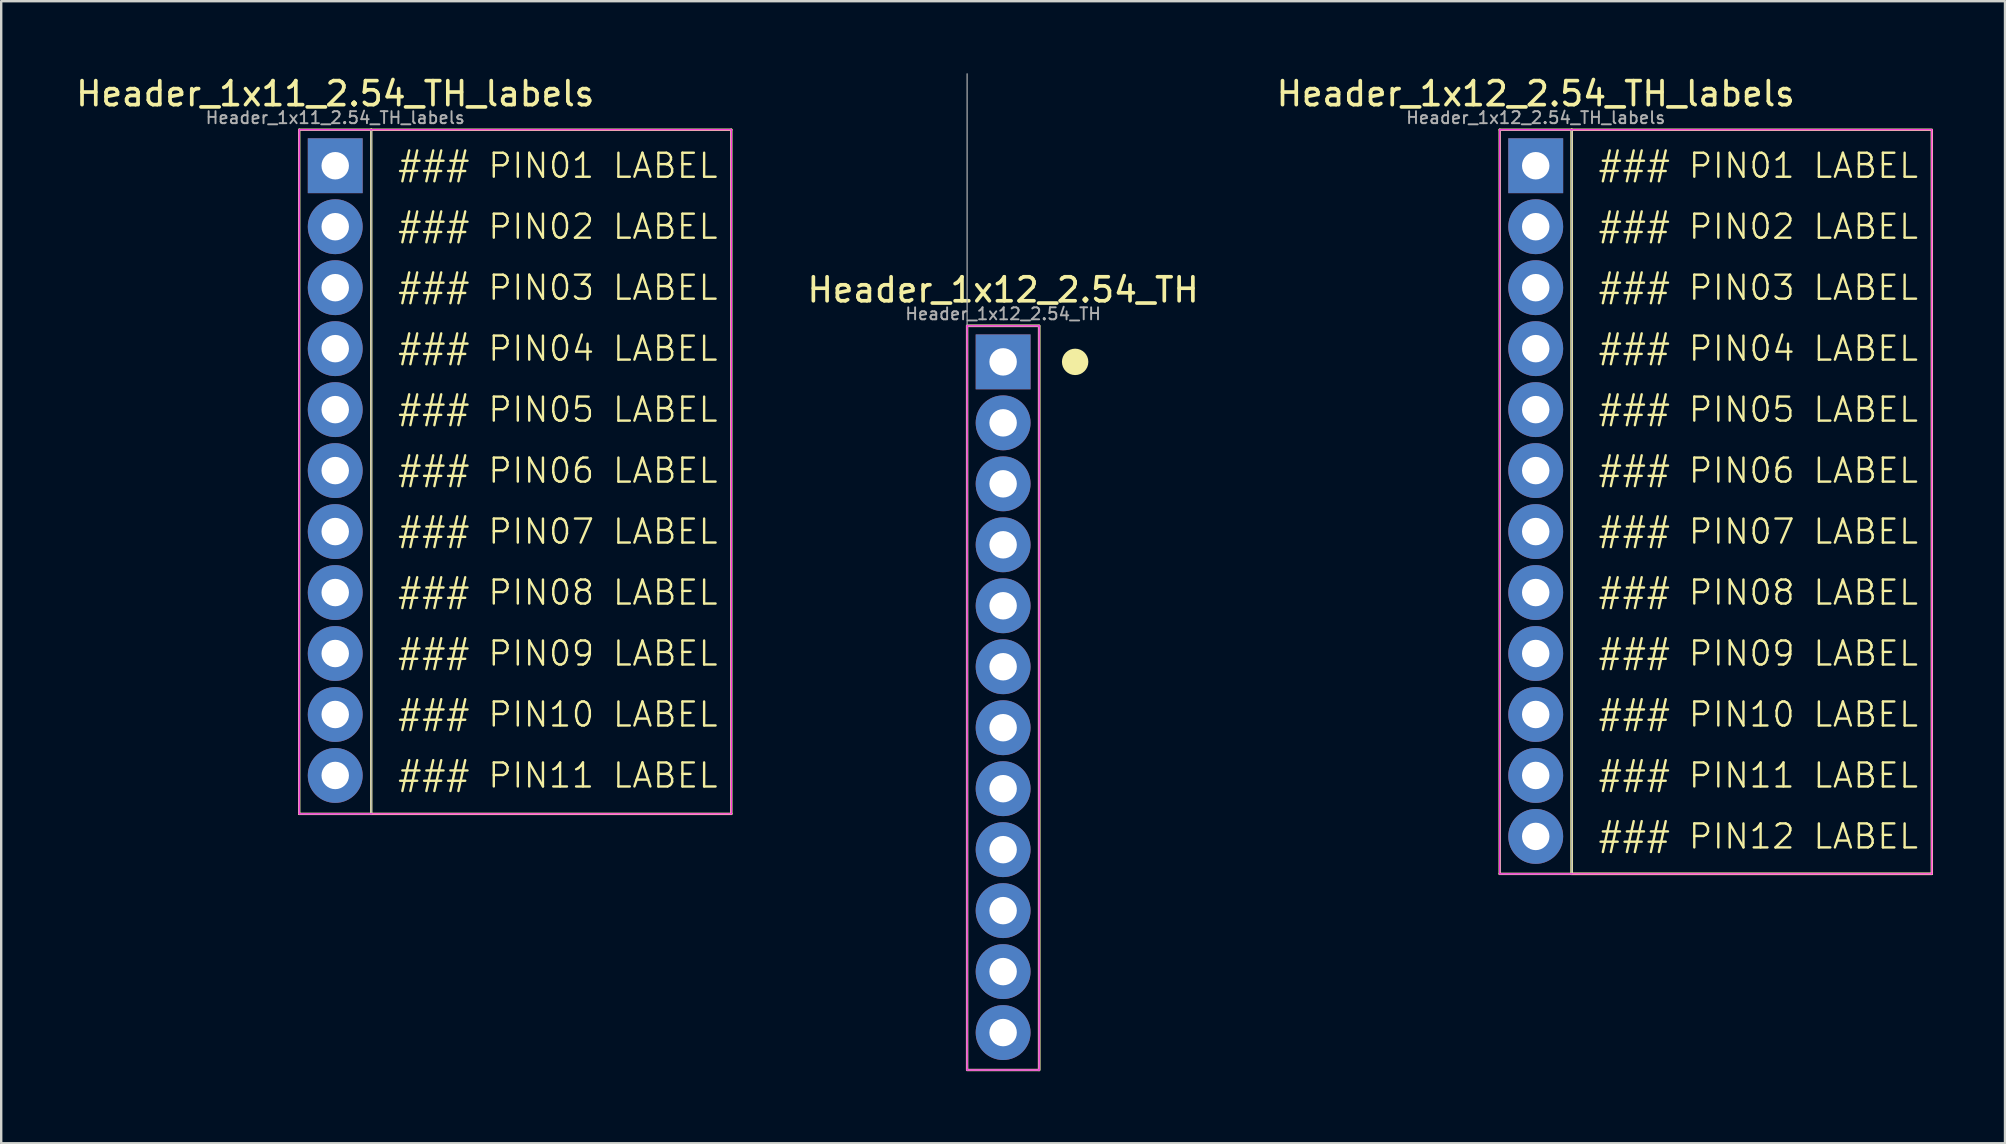
<source format=kicad_pcb>
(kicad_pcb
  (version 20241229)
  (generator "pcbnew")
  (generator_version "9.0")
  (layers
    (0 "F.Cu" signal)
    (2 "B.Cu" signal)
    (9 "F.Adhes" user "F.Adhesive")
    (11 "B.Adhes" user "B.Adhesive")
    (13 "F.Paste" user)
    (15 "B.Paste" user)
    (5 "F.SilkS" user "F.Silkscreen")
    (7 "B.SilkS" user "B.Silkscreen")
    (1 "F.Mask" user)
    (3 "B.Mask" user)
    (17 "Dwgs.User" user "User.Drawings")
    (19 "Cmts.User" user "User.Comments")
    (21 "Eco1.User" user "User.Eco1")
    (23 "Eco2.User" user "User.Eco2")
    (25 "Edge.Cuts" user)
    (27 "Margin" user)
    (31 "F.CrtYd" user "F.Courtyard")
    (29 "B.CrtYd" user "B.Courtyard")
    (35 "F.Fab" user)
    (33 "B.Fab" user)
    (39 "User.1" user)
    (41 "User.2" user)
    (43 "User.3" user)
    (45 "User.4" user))
  (footprint "Header_1x12_2.54_TH_labels"
    (layer "F.Cu")
    (at 60.925 3.854)
    (property "Reference" "Header_1x12_2.54_TH_labels" (at 0 -3 0) (layer "F.SilkS") (effects (font (size 1 1) (thickness 0.153))))
    (attr through_hole)
    (fp_line (start -1.5 -1.5) (end 1.5 -1.5) (stroke (width 0.1) (type default)) (layer "F.SilkS"))
    (fp_line (start -1.5 29.5) (end -1.5 -1.5) (stroke (width 0.1) (type default)) (layer "F.SilkS"))
    (fp_line (start 1.5 -1.5) (end 1.5 29.5) (stroke (width 0.1) (type default)) (layer "F.SilkS"))
    (fp_line (start 16.5 29.5) (end -1.5 29.5) (stroke (width 0.1) (type default)) (layer "F.SilkS"))
    (fp_rect (start 1.5 -1.5) (end 16.5 29.5) (stroke (width 0.1) (type default)) (fill no) (layer "F.SilkS"))
    (fp_line (start -1.5 -1.5) (end 16.5 -1.5) (stroke (width 0.05) (type default)) (layer "F.CrtYd"))
    (fp_line (start -1.5 29.5) (end -1.5 -1.5) (stroke (width 0.05) (type default)) (layer "F.CrtYd"))
    (fp_line (start 16.5 -1.5) (end 16.5 29.5) (stroke (width 0.05) (type default)) (layer "F.CrtYd"))
    (fp_line (start 16.5 29.5) (end -1.5 29.5) (stroke (width 0.05) (type default)) (layer "F.CrtYd"))
    (fp_line (start -1.5 -1.5) (end 1.5 -1.5) (stroke (width 0.05) (type default)) (layer "F.Fab"))
    (fp_line (start -1.5 29.5) (end -1.5 -1.5) (stroke (width 0.05) (type default)) (layer "F.Fab"))
    (fp_line (start 1.5 -1.5) (end 1.5 29.5) (stroke (width 0.05) (type default)) (layer "F.Fab"))
    (fp_line (start 1.5 29.5) (end -1.5 29.5) (stroke (width 0.05) (type default)) (layer "F.Fab"))
    (fp_text user "### PIN08 LABEL" (at 2.54 17.78 0) (unlocked yes) (layer "F.SilkS") (effects (font (size 1 1) (thickness 0.1)) (justify left)))
    (fp_text user "### PIN10 LABEL" (at 2.54 22.86 0) (unlocked yes) (layer "F.SilkS") (effects (font (size 1 1) (thickness 0.1)) (justify left)))
    (fp_text user "### PIN05 LABEL" (at 2.54 10.16 0) (unlocked yes) (layer "F.SilkS") (effects (font (size 1 1) (thickness 0.1)) (justify left)))
    (fp_text user "### PIN11 LABEL" (at 2.54 25.4 0) (unlocked yes) (layer "F.SilkS") (effects (font (size 1 1) (thickness 0.1)) (justify left)))
    (fp_text user "### PIN09 LABEL" (at 2.54 20.32 0) (unlocked yes) (layer "F.SilkS") (effects (font (size 1 1) (thickness 0.1)) (justify left)))
    (fp_text user "### PIN03 LABEL" (at 2.54 5.08 0) (unlocked yes) (layer "F.SilkS") (effects (font (size 1 1) (thickness 0.1)) (justify left)))
    (fp_text user "### PIN04 LABEL" (at 2.54 7.62 0) (unlocked yes) (layer "F.SilkS") (effects (font (size 1 1) (thickness 0.1)) (justify left)))
    (fp_text user "### PIN06 LABEL" (at 2.54 12.7 0) (unlocked yes) (layer "F.SilkS") (effects (font (size 1 1) (thickness 0.1)) (justify left)))
    (fp_text user "### PIN07 LABEL" (at 2.54 15.24 0) (unlocked yes) (layer "F.SilkS") (effects (font (size 1 1) (thickness 0.1)) (justify left)))
    (fp_text user "### PIN01 LABEL" (at 2.54 0 0) (unlocked yes) (layer "F.SilkS") (effects (font (size 1 1) (thickness 0.1)) (justify left)))
    (fp_text user "### PIN12 LABEL" (at 2.54 27.94 0) (unlocked yes) (layer "F.SilkS") (effects (font (size 1 1) (thickness 0.1)) (justify left)))
    (fp_text user "### PIN02 LABEL" (at 2.54 2.54 0) (unlocked yes) (layer "F.SilkS") (effects (font (size 1 1) (thickness 0.1)) (justify left)))
    (fp_text user "${REFERENCE}" (at 0 -2 0) (layer "F.Fab") (effects (font (size 0.5 0.5) (thickness 0.08))))
    (pad "1" thru_hole rect (at 0 0) (size 2.286 2.286) (drill 1.143) (layers "*.Cu" "*.Mask"))
    (pad "2" thru_hole circle (at 0 2.54) (size 2.286 2.286) (drill 1.143) (layers "*.Cu" "*.Mask"))
    (pad "3" thru_hole circle (at 0 5.08) (size 2.286 2.286) (drill 1.143) (layers "*.Cu" "*.Mask"))
    (pad "4" thru_hole circle (at 0 7.62) (size 2.286 2.286) (drill 1.143) (layers "*.Cu" "*.Mask"))
    (pad "5" thru_hole circle (at 0 10.16) (size 2.286 2.286) (drill 1.143) (layers "*.Cu" "*.Mask"))
    (pad "6" thru_hole circle (at 0 12.7) (size 2.286 2.286) (drill 1.143) (layers "*.Cu" "*.Mask"))
    (pad "7" thru_hole circle (at 0 15.24) (size 2.286 2.286) (drill 1.143) (layers "*.Cu" "*.Mask"))
    (pad "8" thru_hole circle (at 0 17.78) (size 2.286 2.286) (drill 1.143) (layers "*.Cu" "*.Mask"))
    (pad "9" thru_hole circle (at 0 20.32) (size 2.286 2.286) (drill 1.143) (layers "*.Cu" "*.Mask"))
    (pad "10" thru_hole circle (at 0 22.86) (size 2.286 2.286) (drill 1.143) (layers "*.Cu" "*.Mask"))
    (pad "11" thru_hole circle (at 0 25.4) (size 2.286 2.286) (drill 1.143) (layers "*.Cu" "*.Mask"))
    (pad "12" thru_hole circle (at 0 27.94) (size 2.286 2.286) (drill 1.143) (layers "*.Cu" "*.Mask")))
  (footprint "Header_1x11_2.54_TH_labels"
    (layer "F.Cu")
    (at 10.915 3.854)
    (property "Reference" "Header_1x11_2.54_TH_labels" (at 0 -3 0) (layer "F.SilkS") (effects (font (size 1 1) (thickness 0.153))))
    (attr through_hole)
    (fp_line (start -1.5 -1.5) (end 1.5 -1.5) (stroke (width 0.1) (type default)) (layer "F.SilkS"))
    (fp_line (start -1.5 27) (end -1.5 -1.5) (stroke (width 0.1) (type default)) (layer "F.SilkS"))
    (fp_line (start 1.5 -1.5) (end 1.5 27) (stroke (width 0.1) (type default)) (layer "F.SilkS"))
    (fp_line (start 16.5 -1.5) (end 1.5 -1.5) (stroke (width 0.1) (type default)) (layer "F.SilkS"))
    (fp_line (start 16.5 27) (end -1.5 27) (stroke (width 0.1) (type default)) (layer "F.SilkS"))
    (fp_line (start 16.5 27) (end 16.5 -1.5) (stroke (width 0.1) (type default)) (layer "F.SilkS"))
    (fp_line (start -1.5 -1.5) (end 16.5 -1.5) (stroke (width 0.05) (type default)) (layer "F.CrtYd"))
    (fp_line (start -1.5 27) (end -1.5 -1.5) (stroke (width 0.05) (type default)) (layer "F.CrtYd"))
    (fp_line (start 16.5 -1.5) (end 16.5 27) (stroke (width 0.05) (type default)) (layer "F.CrtYd"))
    (fp_line (start 16.5 27) (end -1.5 27) (stroke (width 0.05) (type default)) (layer "F.CrtYd"))
    (fp_line (start -1.5 -1.5) (end 1.5 -1.5) (stroke (width 0.05) (type default)) (layer "F.Fab"))
    (fp_line (start -1.5 27) (end -1.5 -1.5) (stroke (width 0.05) (type default)) (layer "F.Fab"))
    (fp_line (start 1.5 -1.5) (end 1.5 27) (stroke (width 0.05) (type default)) (layer "F.Fab"))
    (fp_line (start 1.5 27) (end -1.5 27) (stroke (width 0.05) (type default)) (layer "F.Fab"))
    (fp_text user "### PIN06 LABEL" (at 2.54 12.7 0) (unlocked yes) (layer "F.SilkS") (effects (font (size 1 1) (thickness 0.1)) (justify left)))
    (fp_text user "### PIN03 LABEL" (at 2.54 5.08 0) (unlocked yes) (layer "F.SilkS") (effects (font (size 1 1) (thickness 0.1)) (justify left)))
    (fp_text user "### PIN02 LABEL" (at 2.54 2.54 0) (unlocked yes) (layer "F.SilkS") (effects (font (size 1 1) (thickness 0.1)) (justify left)))
    (fp_text user "### PIN05 LABEL" (at 2.54 10.16 0) (unlocked yes) (layer "F.SilkS") (effects (font (size 1 1) (thickness 0.1)) (justify left)))
    (fp_text user "### PIN09 LABEL" (at 2.54 20.32 0) (unlocked yes) (layer "F.SilkS") (effects (font (size 1 1) (thickness 0.1)) (justify left)))
    (fp_text user "### PIN07 LABEL" (at 2.54 15.24 0) (unlocked yes) (layer "F.SilkS") (effects (font (size 1 1) (thickness 0.1)) (justify left)))
    (fp_text user "### PIN04 LABEL" (at 2.54 7.62 0) (unlocked yes) (layer "F.SilkS") (effects (font (size 1 1) (thickness 0.1)) (justify left)))
    (fp_text user "### PIN01 LABEL" (at 2.54 0 0) (unlocked yes) (layer "F.SilkS") (effects (font (size 1 1) (thickness 0.1)) (justify left)))
    (fp_text user "### PIN11 LABEL" (at 2.54 25.4 0) (unlocked yes) (layer "F.SilkS") (effects (font (size 1 1) (thickness 0.1)) (justify left)))
    (fp_text user "### PIN10 LABEL" (at 2.54 22.86 0) (unlocked yes) (layer "F.SilkS") (effects (font (size 1 1) (thickness 0.1)) (justify left)))
    (fp_text user "### PIN08 LABEL" (at 2.54 17.78 0) (unlocked yes) (layer "F.SilkS") (effects (font (size 1 1) (thickness 0.1)) (justify left)))
    (fp_text user "${REFERENCE}" (at 0 -2 0) (layer "F.Fab") (effects (font (size 0.5 0.5) (thickness 0.08))))
    (pad "1" thru_hole rect (at 0 0) (size 2.286 2.286) (drill 1.143) (layers "*.Cu" "*.Mask"))
    (pad "2" thru_hole circle (at 0 2.54) (size 2.286 2.286) (drill 1.143) (layers "*.Cu" "*.Mask"))
    (pad "3" thru_hole circle (at 0 5.08) (size 2.286 2.286) (drill 1.143) (layers "*.Cu" "*.Mask"))
    (pad "4" thru_hole circle (at 0 7.62) (size 2.286 2.286) (drill 1.143) (layers "*.Cu" "*.Mask"))
    (pad "5" thru_hole circle (at 0 10.16) (size 2.286 2.286) (drill 1.143) (layers "*.Cu" "*.Mask"))
    (pad "6" thru_hole circle (at 0 12.7) (size 2.286 2.286) (drill 1.143) (layers "*.Cu" "*.Mask"))
    (pad "7" thru_hole circle (at 0 15.24) (size 2.286 2.286) (drill 1.143) (layers "*.Cu" "*.Mask"))
    (pad "8" thru_hole circle (at 0 17.78) (size 2.286 2.286) (drill 1.143) (layers "*.Cu" "*.Mask"))
    (pad "9" thru_hole circle (at 0 20.32) (size 2.286 2.286) (drill 1.143) (layers "*.Cu" "*.Mask"))
    (pad "10" thru_hole circle (at 0 22.86) (size 2.286 2.286) (drill 1.143) (layers "*.Cu" "*.Mask"))
    (pad "11" thru_hole circle (at 0 25.4) (size 2.286 2.286) (drill 1.143) (layers "*.Cu" "*.Mask")))
  (footprint "Header_1x12_2.54_TH"
    (layer "F.Cu")
    (at 38.738 12.025)
    (property "Reference" "Header_1x12_2.54_TH" (at 0 -3 0) (layer "F.SilkS") (effects (font (size 1 1) (thickness 0.153))))
    (attr through_hole)
    (fp_line (start -1.5 -1.5) (end 1.5 -1.5) (stroke (width 0.1) (type default)) (layer "F.SilkS"))
    (fp_line (start 1.5 -1.5) (end 1.5 29.5) (stroke (width 0.1) (type default)) (layer "F.SilkS"))
    (fp_rect (start -1.5 -1.5) (end 1.5 29.5) (stroke (width 0.1) (type default)) (fill no) (layer "F.SilkS"))
    (fp_circle (center 3 0) (end 3.5 0) (stroke (width 0.1) (type solid)) (fill yes) (layer "F.SilkS"))
    (fp_line (start -1.5 -1.5) (end 1.5 -1.5) (stroke (width 0.05) (type default)) (layer "F.CrtYd"))
    (fp_line (start -1.5 29.5) (end -1.5 -1.5) (stroke (width 0.05) (type default)) (layer "F.CrtYd"))
    (fp_line (start 1.5 -1.5) (end 1.5 29.5) (stroke (width 0.05) (type default)) (layer "F.CrtYd"))
    (fp_line (start 1.5 29.5) (end -1.5 29.5) (stroke (width 0.05) (type default)) (layer "F.CrtYd"))
    (fp_line (start -1.5 -1.5) (end 1.5 -1.5) (stroke (width 0.05) (type default)) (layer "F.Fab"))
    (fp_line (start -1.5 29.5) (end -1.5 -12) (stroke (width 0.05) (type default)) (layer "F.Fab"))
    (fp_line (start 1.5 -1.5) (end 1.5 29.5) (stroke (width 0.05) (type default)) (layer "F.Fab"))
    (fp_line (start 1.5 29.5) (end -1.5 29.5) (stroke (width 0.05) (type default)) (layer "F.Fab"))
    (fp_text user "${REFERENCE}" (at 0 -2 0) (layer "F.Fab") (effects (font (size 0.5 0.5) (thickness 0.08))))
    (pad "1" thru_hole rect (at 0 0) (size 2.286 2.286) (drill 1.143) (layers "*.Cu" "*.Mask"))
    (pad "2" thru_hole circle (at 0 2.54) (size 2.286 2.286) (drill 1.143) (layers "*.Cu" "*.Mask"))
    (pad "3" thru_hole circle (at 0 5.08) (size 2.286 2.286) (drill 1.143) (layers "*.Cu" "*.Mask"))
    (pad "4" thru_hole circle (at 0 7.62) (size 2.286 2.286) (drill 1.143) (layers "*.Cu" "*.Mask"))
    (pad "5" thru_hole circle (at 0 10.16) (size 2.286 2.286) (drill 1.143) (layers "*.Cu" "*.Mask"))
    (pad "6" thru_hole circle (at 0 12.7) (size 2.286 2.286) (drill 1.143) (layers "*.Cu" "*.Mask"))
    (pad "7" thru_hole circle (at 0 15.24) (size 2.286 2.286) (drill 1.143) (layers "*.Cu" "*.Mask"))
    (pad "8" thru_hole circle (at 0 17.78) (size 2.286 2.286) (drill 1.143) (layers "*.Cu" "*.Mask"))
    (pad "9" thru_hole circle (at 0 20.32) (size 2.286 2.286) (drill 1.143) (layers "*.Cu" "*.Mask"))
    (pad "10" thru_hole circle (at 0 22.86) (size 2.286 2.286) (drill 1.143) (layers "*.Cu" "*.Mask"))
    (pad "11" thru_hole circle (at 0 25.4) (size 2.286 2.286) (drill 1.143) (layers "*.Cu" "*.Mask"))
    (pad "12" thru_hole circle (at 0 27.94) (size 2.286 2.286) (drill 1.143) (layers "*.Cu" "*.Mask")))
  (gr_rect
    (start -3 -3)
    (end 80.475 44.575)
    (stroke (width 0.1) (type default))
    (fill no)
    (layer "Edge.Cuts")))
</source>
